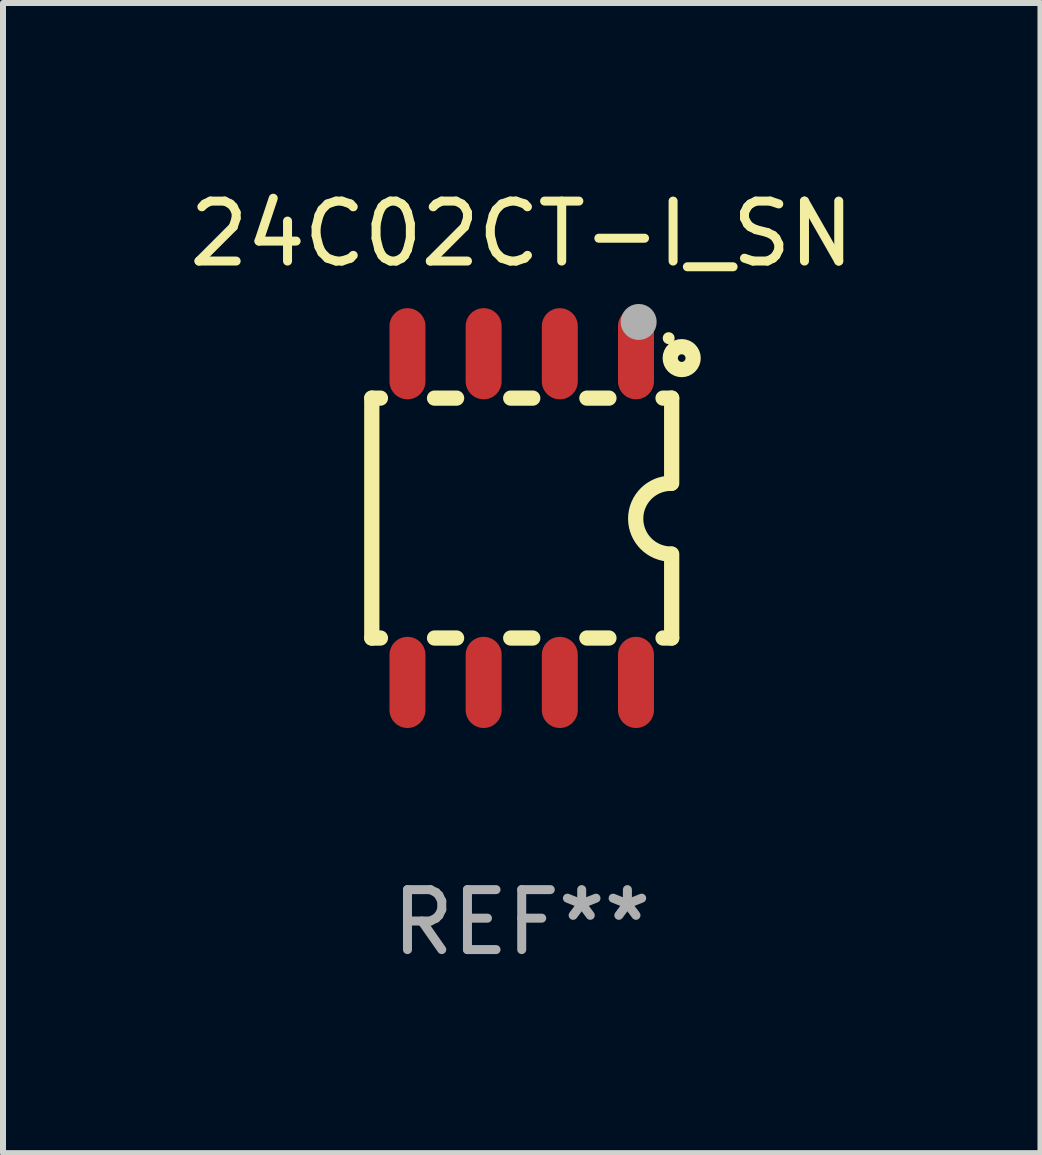
<source format=kicad_pcb>
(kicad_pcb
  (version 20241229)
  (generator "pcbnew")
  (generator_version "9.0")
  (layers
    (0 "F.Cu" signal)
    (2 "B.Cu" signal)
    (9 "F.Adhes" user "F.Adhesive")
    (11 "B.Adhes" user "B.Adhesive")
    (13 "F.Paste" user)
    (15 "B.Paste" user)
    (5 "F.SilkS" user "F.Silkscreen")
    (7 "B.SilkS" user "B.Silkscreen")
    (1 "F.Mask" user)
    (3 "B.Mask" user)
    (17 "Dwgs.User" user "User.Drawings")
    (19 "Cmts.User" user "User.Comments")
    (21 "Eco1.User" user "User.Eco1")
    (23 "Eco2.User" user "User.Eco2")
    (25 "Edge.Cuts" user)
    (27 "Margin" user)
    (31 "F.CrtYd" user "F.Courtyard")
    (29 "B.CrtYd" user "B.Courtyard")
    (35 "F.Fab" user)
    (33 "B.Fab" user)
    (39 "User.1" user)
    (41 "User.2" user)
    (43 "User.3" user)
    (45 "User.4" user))
  (footprint "24C02CT-I_SN"
    (layer "F.Cu")
    (at 5.649 5.588)
    (property "Reference" "24C02CT-I_SN" (at 0 -4.74 0) (layer "F.SilkS") (effects (font (size 1 1) (thickness 0.15))))
    (attr through_hole)
    (fp_line (start -2.5 2) (end -2.5 -2) (stroke (width 0.254) (type solid)) (layer "F.SilkS"))
    (fp_line (start -2.356 -2) (end -2.5 -2) (stroke (width 0.254) (type solid)) (layer "F.SilkS"))
    (fp_line (start -2.356 2) (end -2.5 2) (stroke (width 0.254) (type solid)) (layer "F.SilkS"))
    (fp_line (start -1.086 -2) (end -1.454 -2) (stroke (width 0.254) (type solid)) (layer "F.SilkS"))
    (fp_line (start -1.086 2) (end -1.454 2) (stroke (width 0.254) (type solid)) (layer "F.SilkS"))
    (fp_line (start 0.184 -2) (end -0.184 -2) (stroke (width 0.254) (type solid)) (layer "F.SilkS"))
    (fp_line (start 0.184 2) (end -0.184 2) (stroke (width 0.254) (type solid)) (layer "F.SilkS"))
    (fp_line (start 1.454 -2) (end 1.086 -2) (stroke (width 0.254) (type solid)) (layer "F.SilkS"))
    (fp_line (start 1.454 2) (end 1.086 2) (stroke (width 0.254) (type solid)) (layer "F.SilkS"))
    (fp_line (start 2.5 -2) (end 2.356 -2) (stroke (width 0.254) (type solid)) (layer "F.SilkS"))
    (fp_line (start 2.5 -0.58) (end 2.5 -2) (stroke (width 0.254) (type solid)) (layer "F.SilkS"))
    (fp_line (start 2.5 2) (end 2.356 2) (stroke (width 0.254) (type solid)) (layer "F.SilkS"))
    (fp_line (start 2.5 2) (end 2.5 0.6) (stroke (width 0.254) (type solid)) (layer "F.SilkS"))
    (fp_arc (start 2.489992 0.600051) (mid 1.901674 0.010046) (end 2.489992 -0.579959) (stroke (width 0.254001) (type solid)) (layer "F.SilkS"))
    (fp_circle (center 2.45 -3) (end 2.5 -3) (stroke (width 0.1) (type solid)) (fill no) (layer "F.SilkS"))
    (fp_circle (center 2.667 -2.667) (end 2.858 -2.667) (stroke (width 0.254) (type solid)) (fill no) (layer "F.SilkS"))
    (fp_circle (center 1.95 -3.27) (end 2.1 -3.27) (stroke (width 0.3) (type solid)) (fill no) (layer "F.Fab"))
    (fp_text user "REF**" (at 0 6.74 0) (layer "F.Fab") (effects (font (size 1 1) (thickness 0.15))))
    (pad "1" smd oval (at 1.905 -2.74) (size 0.6 1.52) (layers "F.Cu" "F.Mask" "F.Paste"))
    (pad "2" smd oval (at 0.635 -2.74) (size 0.6 1.52) (layers "F.Cu" "F.Mask" "F.Paste"))
    (pad "3" smd oval (at -0.635 -2.74) (size 0.6 1.52) (layers "F.Cu" "F.Mask" "F.Paste"))
    (pad "4" smd oval (at -1.905 -2.74) (size 0.6 1.52) (layers "F.Cu" "F.Mask" "F.Paste"))
    (pad "5" smd oval (at -1.905 2.74) (size 0.6 1.52) (layers "F.Cu" "F.Mask" "F.Paste"))
    (pad "6" smd oval (at -0.635 2.74) (size 0.6 1.52) (layers "F.Cu" "F.Mask" "F.Paste"))
    (pad "7" smd oval (at 0.635 2.74) (size 0.6 1.52) (layers "F.Cu" "F.Mask" "F.Paste"))
    (pad "8" smd oval (at 1.905 2.74) (size 0.6 1.52) (layers "F.Cu" "F.Mask" "F.Paste")))
  (gr_rect
    (start -3 -3)
    (end 14.298 16.176)
    (stroke (width 0.1) (type default))
    (fill no)
    (layer "Edge.Cuts")))
</source>
